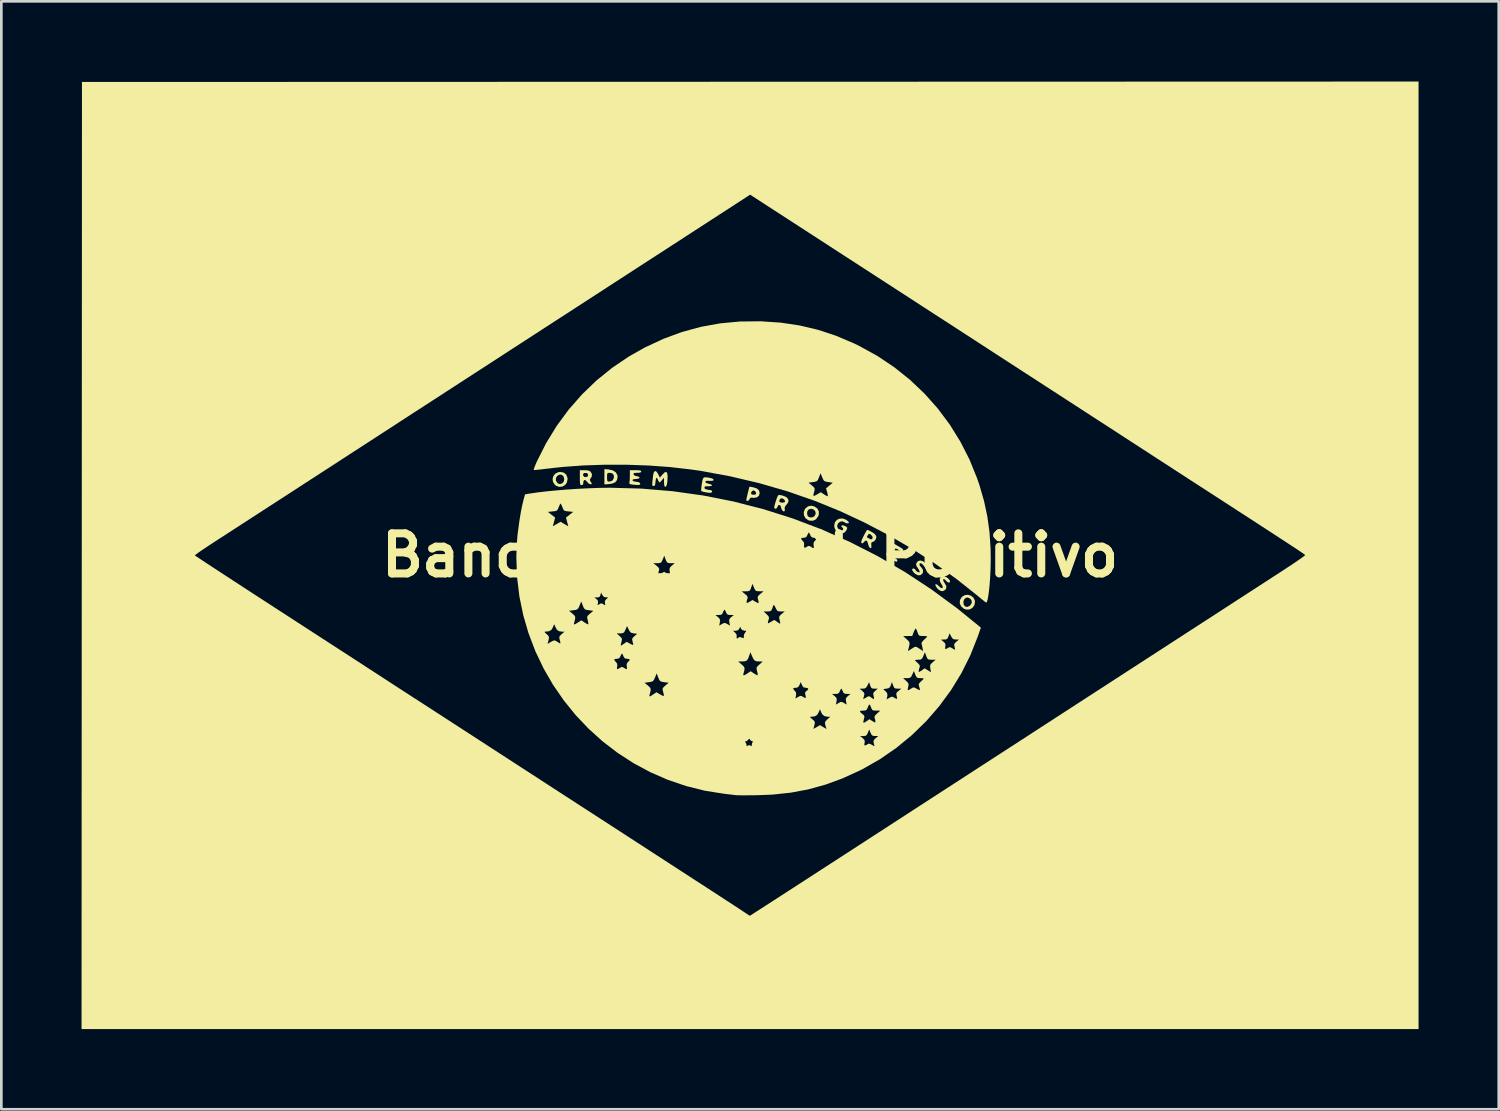
<source format=kicad_pcb>
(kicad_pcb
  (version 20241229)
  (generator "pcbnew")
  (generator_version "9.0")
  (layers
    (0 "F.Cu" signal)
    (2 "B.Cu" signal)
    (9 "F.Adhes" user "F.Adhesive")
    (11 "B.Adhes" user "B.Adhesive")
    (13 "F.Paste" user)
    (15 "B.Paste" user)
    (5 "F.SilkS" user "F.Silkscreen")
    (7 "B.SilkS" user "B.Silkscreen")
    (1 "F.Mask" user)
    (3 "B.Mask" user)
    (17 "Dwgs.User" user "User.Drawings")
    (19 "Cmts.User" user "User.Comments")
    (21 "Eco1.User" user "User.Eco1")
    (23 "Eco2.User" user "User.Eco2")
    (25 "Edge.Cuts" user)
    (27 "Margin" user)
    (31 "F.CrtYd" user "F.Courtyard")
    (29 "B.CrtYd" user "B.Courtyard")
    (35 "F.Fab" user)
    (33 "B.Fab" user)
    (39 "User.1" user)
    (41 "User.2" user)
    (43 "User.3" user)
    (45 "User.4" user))
  (footprint "Bandeira_Brasil_Positivo"
    (layer "F.Cu")
    (at 25.006 17.721)
    (property "Reference" "Bandeira_Brasil_Positivo" (at 0 0 0) (layer "F.SilkS") (effects (font (size 1.5 1.5) (thickness 0.3))))
    (attr board_only exclude_from_pos_files exclude_from_bom)
    (fp_poly (pts (xy -5.282 -3.209) (xy -5.126 -3.172) (xy -5.017 -3.099) (xy -4.962 -2.994) (xy -4.955 -2.935) (xy -4.977 -2.812) (xy -5.047 -2.727) (xy -5.168 -2.679) (xy -5.262 -2.665) (xy -5.448 -2.65) (xy -5.448 -2.921) (xy -5.349 -2.921) (xy -5.346 -2.823) (xy -5.333 -2.775) (xy -5.3 -2.758) (xy -5.269 -2.757) (xy -5.185 -2.777) (xy -5.138 -2.808) (xy -5.094 -2.889) (xy -5.093 -2.981) (xy -5.126 -3.045) (xy -5.186 -3.075) (xy -5.257 -3.085) (xy -5.312 -3.081) (xy -5.339 -3.057) (xy -5.348 -2.997) (xy -5.349 -2.921) (xy -5.448 -2.921) (xy -5.448 -2.937) (xy -5.448 -3.224)) (stroke (width 0) (type solid)) (fill yes) (layer "F.SilkS"))
    (fp_poly (pts (xy 8.258 1.508) (xy 8.35 1.578) (xy 8.405 1.681) (xy 8.414 1.751) (xy 8.386 1.878) (xy 8.312 1.973) (xy 8.206 2.027) (xy 8.084 2.03) (xy 7.991 1.995) (xy 7.892 1.906) (xy 7.845 1.794) (xy 7.848 1.738) (xy 7.98 1.738) (xy 7.992 1.846) (xy 8.044 1.913) (xy 8.121 1.932) (xy 8.21 1.895) (xy 8.237 1.871) (xy 8.295 1.78) (xy 8.287 1.69) (xy 8.236 1.624) (xy 8.15 1.58) (xy 8.067 1.593) (xy 8.005 1.656) (xy 7.98 1.738) (xy 7.848 1.738) (xy 7.852 1.674) (xy 7.917 1.564) (xy 7.924 1.557) (xy 8.029 1.491) (xy 8.146 1.477)) (stroke (width 0) (type solid)) (fill yes) (layer "F.SilkS"))
    (fp_poly (pts (xy 0.111 -2.545) (xy 0.251 -2.502) (xy 0.335 -2.427) (xy 0.361 -2.327) (xy 0.333 -2.23) (xy 0.258 -2.167) (xy 0.15 -2.148) (xy 0.111 -2.152) (xy 0.034 -2.159) (xy -0.003 -2.132) (xy -0.015 -2.103) (xy -0.057 -2.048) (xy -0.097 -2.035) (xy -0.125 -2.038) (xy -0.138 -2.057) (xy -0.135 -2.105) (xy -0.116 -2.193) (xy -0.09 -2.301) (xy -0.086 -2.317) (xy 0.034 -2.317) (xy 0.064 -2.275) (xy 0.134 -2.264) (xy 0.203 -2.272) (xy 0.226 -2.303) (xy 0.224 -2.338) (xy 0.191 -2.399) (xy 0.133 -2.425) (xy 0.076 -2.407) (xy 0.062 -2.391) (xy 0.034 -2.317) (xy -0.086 -2.317) (xy -0.023 -2.567)) (stroke (width 0) (type solid)) (fill yes) (layer "F.SilkS"))
    (fp_poly (pts (xy 2.406 -1.826) (xy 2.517 -1.75) (xy 2.573 -1.643) (xy 2.571 -1.518) (xy 2.548 -1.457) (xy 2.465 -1.346) (xy 2.352 -1.292) (xy 2.22 -1.298) (xy 2.178 -1.312) (xy 2.076 -1.385) (xy 2.018 -1.491) (xy 2.012 -1.575) (xy 2.133 -1.575) (xy 2.147 -1.495) (xy 2.172 -1.45) (xy 2.249 -1.415) (xy 2.341 -1.422) (xy 2.41 -1.463) (xy 2.454 -1.545) (xy 2.447 -1.631) (xy 2.395 -1.702) (xy 2.307 -1.738) (xy 2.285 -1.739) (xy 2.192 -1.713) (xy 2.141 -1.639) (xy 2.133 -1.575) (xy 2.012 -1.575) (xy 2.009 -1.612) (xy 2.054 -1.73) (xy 2.067 -1.748) (xy 2.169 -1.832) (xy 2.292 -1.854)) (stroke (width 0) (type solid)) (fill yes) (layer "F.SilkS"))
    (fp_poly (pts (xy -6.964 -3.091) (xy -6.873 -3.014) (xy -6.829 -2.894) (xy -6.826 -2.843) (xy -6.853 -2.717) (xy -6.925 -2.624) (xy -7.026 -2.569) (xy -7.14 -2.559) (xy -7.254 -2.6) (xy -7.303 -2.64) (xy -7.372 -2.748) (xy -7.38 -2.81) (xy -7.264 -2.81) (xy -7.255 -2.781) (xy -7.196 -2.692) (xy -7.114 -2.662) (xy -7.02 -2.694) (xy -7.009 -2.702) (xy -6.962 -2.772) (xy -6.951 -2.866) (xy -6.979 -2.955) (xy -6.99 -2.97) (xy -7.062 -3.017) (xy -7.14 -3.013) (xy -7.211 -2.97) (xy -7.257 -2.899) (xy -7.264 -2.81) (xy -7.38 -2.81) (xy -7.386 -2.864) (xy -7.352 -2.973) (xy -7.275 -3.06) (xy -7.163 -3.111) (xy -7.096 -3.118)) (stroke (width 0) (type solid)) (fill yes) (layer "F.SilkS"))
    (fp_poly (pts (xy 3.589 -1.331) (xy 3.633 -1.299) (xy 3.689 -1.245) (xy 3.699 -1.216) (xy 3.667 -1.196) (xy 3.666 -1.196) (xy 3.592 -1.2) (xy 3.544 -1.231) (xy 3.461 -1.27) (xy 3.375 -1.258) (xy 3.302 -1.208) (xy 3.262 -1.129) (xy 3.266 -1.047) (xy 3.308 -0.983) (xy 3.373 -0.94) (xy 3.438 -0.928) (xy 3.479 -0.952) (xy 3.481 -1.007) (xy 3.455 -1.035) (xy 3.415 -1.082) (xy 3.426 -1.114) (xy 3.477 -1.121) (xy 3.546 -1.098) (xy 3.614 -1.06) (xy 3.637 -1.026) (xy 3.62 -0.972) (xy 3.593 -0.917) (xy 3.522 -0.841) (xy 3.419 -0.821) (xy 3.292 -0.853) (xy 3.204 -0.923) (xy 3.157 -1.04) (xy 3.15 -1.124) (xy 3.178 -1.241) (xy 3.25 -1.326) (xy 3.353 -1.372) (xy 3.471 -1.376)) (stroke (width 0) (type solid)) (fill yes) (layer "F.SilkS"))
    (fp_poly (pts (xy 7.331 0.81) (xy 7.41 0.864) (xy 7.467 0.931) (xy 7.482 0.976) (xy 7.461 1.019) (xy 7.412 1.019) (xy 7.353 0.977) (xy 7.341 0.963) (xy 7.288 0.908) (xy 7.25 0.886) (xy 7.222 0.909) (xy 7.234 0.967) (xy 7.283 1.047) (xy 7.285 1.05) (xy 7.342 1.153) (xy 7.337 1.241) (xy 7.299 1.294) (xy 7.212 1.342) (xy 7.116 1.329) (xy 7.02 1.257) (xy 7.009 1.245) (xy 6.945 1.152) (xy 6.93 1.094) (xy 6.956 1.078) (xy 7.016 1.111) (xy 7.079 1.169) (xy 7.141 1.224) (xy 7.184 1.227) (xy 7.196 1.219) (xy 7.21 1.176) (xy 7.179 1.11) (xy 7.16 1.085) (xy 7.101 0.973) (xy 7.096 0.88) (xy 7.142 0.815) (xy 7.238 0.788) (xy 7.253 0.788)) (stroke (width 0) (type solid)) (fill yes) (layer "F.SilkS"))
    (fp_poly (pts (xy 6.475 0.225) (xy 6.548 0.283) (xy 6.601 0.359) (xy 6.603 0.409) (xy 6.553 0.427) (xy 6.506 0.402) (xy 6.472 0.361) (xy 6.422 0.311) (xy 6.37 0.297) (xy 6.337 0.321) (xy 6.334 0.339) (xy 6.356 0.394) (xy 6.396 0.44) (xy 6.465 0.534) (xy 6.47 0.631) (xy 6.443 0.687) (xy 6.369 0.745) (xy 6.276 0.747) (xy 6.175 0.692) (xy 6.134 0.653) (xy 6.071 0.57) (xy 6.062 0.515) (xy 6.107 0.493) (xy 6.119 0.492) (xy 6.168 0.519) (xy 6.181 0.539) (xy 6.218 0.589) (xy 6.276 0.626) (xy 6.328 0.639) (xy 6.346 0.629) (xy 6.339 0.589) (xy 6.302 0.517) (xy 6.278 0.481) (xy 6.225 0.399) (xy 6.211 0.341) (xy 6.228 0.28) (xy 6.229 0.279) (xy 6.29 0.213) (xy 6.377 0.195)) (stroke (width 0) (type solid)) (fill yes) (layer "F.SilkS"))
    (fp_poly (pts (xy -4.163 -3.18) (xy -4.096 -3.168) (xy -4.071 -3.145) (xy -4.069 -3.134) (xy -4.088 -3.102) (xy -4.153 -3.087) (xy -4.219 -3.085) (xy -4.312 -3.081) (xy -4.353 -3.065) (xy -4.359 -3.03) (xy -4.359 -3.027) (xy -4.317 -2.978) (xy -4.241 -2.96) (xy -4.157 -2.938) (xy -4.13 -2.906) (xy -4.159 -2.874) (xy -4.239 -2.856) (xy -4.266 -2.855) (xy -4.359 -2.846) (xy -4.396 -2.818) (xy -4.397 -2.808) (xy -4.369 -2.772) (xy -4.28 -2.752) (xy -4.258 -2.75) (xy -4.16 -2.734) (xy -4.115 -2.701) (xy -4.108 -2.683) (xy -4.113 -2.65) (xy -4.15 -2.633) (xy -4.229 -2.63) (xy -4.36 -2.642) (xy -4.425 -2.649) (xy -4.499 -2.667) (xy -4.519 -2.699) (xy -4.515 -2.712) (xy -4.505 -2.77) (xy -4.498 -2.87) (xy -4.496 -2.973) (xy -4.496 -3.183) (xy -4.283 -3.183)) (stroke (width 0) (type solid)) (fill yes) (layer "F.SilkS"))
    (fp_poly (pts (xy -6.066 -3.175) (xy -5.988 -3.146) (xy -5.961 -3.123) (xy -5.912 -3.029) (xy -5.926 -2.932) (xy -5.959 -2.885) (xy -5.991 -2.839) (xy -5.985 -2.794) (xy -5.955 -2.743) (xy -5.92 -2.684) (xy -5.924 -2.662) (xy -5.968 -2.658) (xy -6.035 -2.684) (xy -6.09 -2.74) (xy -6.152 -2.808) (xy -6.202 -2.817) (xy -6.231 -2.769) (xy -6.235 -2.724) (xy -6.245 -2.652) (xy -6.284 -2.626) (xy -6.301 -2.625) (xy -6.333 -2.631) (xy -6.352 -2.655) (xy -6.362 -2.711) (xy -6.366 -2.811) (xy -6.366 -2.904) (xy -6.366 -3.038) (xy -6.246 -3.038) (xy -6.245 -2.987) (xy -6.206 -2.936) (xy -6.144 -2.922) (xy -6.085 -2.943) (xy -6.055 -2.995) (xy -6.055 -3.002) (xy -6.081 -3.062) (xy -6.114 -3.079) (xy -6.203 -3.078) (xy -6.246 -3.038) (xy -6.366 -3.038) (xy -6.366 -3.183) (xy -6.191 -3.183)) (stroke (width 0) (type solid)) (fill yes) (layer "F.SilkS"))
    (fp_poly (pts (xy -3.499 -3.129) (xy -3.439 -3.042) (xy -3.432 -3.027) (xy -3.373 -2.904) (xy -3.284 -3.011) (xy -3.2 -3.096) (xy -3.14 -3.12) (xy -3.102 -3.082) (xy -3.086 -2.982) (xy -3.085 -2.941) (xy -3.092 -2.766) (xy -3.112 -2.641) (xy -3.145 -2.572) (xy -3.171 -2.56) (xy -3.2 -2.582) (xy -3.214 -2.655) (xy -3.217 -2.732) (xy -3.218 -2.904) (xy -3.292 -2.814) (xy -3.346 -2.754) (xy -3.383 -2.724) (xy -3.386 -2.724) (xy -3.41 -2.751) (xy -3.443 -2.817) (xy -3.448 -2.827) (xy -3.478 -2.892) (xy -3.498 -2.901) (xy -3.515 -2.868) (xy -3.533 -2.791) (xy -3.542 -2.699) (xy -3.553 -2.623) (xy -3.588 -2.594) (xy -3.607 -2.593) (xy -3.634 -2.595) (xy -3.651 -2.608) (xy -3.658 -2.643) (xy -3.656 -2.71) (xy -3.645 -2.82) (xy -3.626 -2.984) (xy -3.623 -3.011) (xy -3.596 -3.112) (xy -3.553 -3.152)) (stroke (width 0) (type solid)) (fill yes) (layer "F.SilkS"))
    (fp_poly (pts (xy 5.54 -0.342) (xy 5.646 -0.28) (xy 5.705 -0.24) (xy 5.727 -0.211) (xy 5.722 -0.184) (xy 5.714 -0.17) (xy 5.684 -0.15) (xy 5.63 -0.165) (xy 5.564 -0.2) (xy 5.484 -0.243) (xy 5.439 -0.25) (xy 5.413 -0.227) (xy 5.411 -0.184) (xy 5.464 -0.134) (xy 5.496 -0.113) (xy 5.571 -0.055) (xy 5.584 -0.009) (xy 5.581 -0.004) (xy 5.551 0.02) (xy 5.497 0.007) (xy 5.451 -0.015) (xy 5.358 -0.048) (xy 5.299 -0.038) (xy 5.283 0.002) (xy 5.31 0.035) (xy 5.377 0.078) (xy 5.398 0.089) (xy 5.48 0.141) (xy 5.514 0.194) (xy 5.494 0.236) (xy 5.489 0.239) (xy 5.448 0.232) (xy 5.374 0.198) (xy 5.333 0.174) (xy 5.243 0.121) (xy 5.173 0.08) (xy 5.156 0.069) (xy 5.14 0.044) (xy 5.15 -0.006) (xy 5.19 -0.09) (xy 5.249 -0.194) (xy 5.387 -0.43)) (stroke (width 0) (type solid)) (fill yes) (layer "F.SilkS"))
    (fp_poly (pts (xy -1.509 -2.896) (xy -1.493 -2.894) (xy -1.401 -2.866) (xy -1.362 -2.828) (xy -1.362 -2.823) (xy -1.379 -2.794) (xy -1.438 -2.783) (xy -1.518 -2.785) (xy -1.616 -2.786) (xy -1.664 -2.771) (xy -1.674 -2.746) (xy -1.642 -2.705) (xy -1.551 -2.676) (xy -1.541 -2.674) (xy -1.45 -2.648) (xy -1.422 -2.618) (xy -1.451 -2.593) (xy -1.536 -2.582) (xy -1.571 -2.582) (xy -1.659 -2.581) (xy -1.698 -2.563) (xy -1.706 -2.529) (xy -1.688 -2.486) (xy -1.624 -2.461) (xy -1.572 -2.452) (xy -1.469 -2.434) (xy -1.421 -2.412) (xy -1.418 -2.38) (xy -1.426 -2.365) (xy -1.454 -2.342) (xy -1.508 -2.336) (xy -1.602 -2.347) (xy -1.682 -2.361) (xy -1.767 -2.381) (xy -1.82 -2.401) (xy -1.824 -2.404) (xy -1.829 -2.443) (xy -1.822 -2.53) (xy -1.807 -2.647) (xy -1.803 -2.672) (xy -1.781 -2.803) (xy -1.755 -2.881) (xy -1.711 -2.915) (xy -1.634 -2.916)) (stroke (width 0) (type solid)) (fill yes) (layer "F.SilkS"))
    (fp_poly (pts (xy 1.184 -2.243) (xy 1.278 -2.213) (xy 1.361 -2.172) (xy 1.393 -2.146) (xy 1.44 -2.062) (xy 1.423 -1.969) (xy 1.36 -1.889) (xy 1.303 -1.818) (xy 1.294 -1.747) (xy 1.298 -1.726) (xy 1.299 -1.66) (xy 1.267 -1.638) (xy 1.222 -1.66) (xy 1.181 -1.725) (xy 1.181 -1.725) (xy 1.157 -1.797) (xy 1.149 -1.836) (xy 1.123 -1.87) (xy 1.1 -1.882) (xy 1.054 -1.872) (xy 1.03 -1.82) (xy 0.996 -1.758) (xy 0.946 -1.739) (xy 0.905 -1.768) (xy 0.906 -1.811) (xy 0.925 -1.895) (xy 0.956 -2) (xy 0.971 -2.048) (xy 1.093 -2.048) (xy 1.101 -1.999) (xy 1.145 -1.975) (xy 1.213 -1.969) (xy 1.279 -1.981) (xy 1.312 -2.007) (xy 1.313 -2.012) (xy 1.284 -2.08) (xy 1.218 -2.126) (xy 1.178 -2.133) (xy 1.122 -2.106) (xy 1.093 -2.048) (xy 0.971 -2.048) (xy 0.991 -2.107) (xy 1.026 -2.195) (xy 1.053 -2.245) (xy 1.101 -2.256)) (stroke (width 0) (type solid)) (fill yes) (layer "F.SilkS"))
    (fp_poly (pts (xy 4.431 -0.936) (xy 4.509 -0.897) (xy 4.593 -0.848) (xy 4.659 -0.802) (xy 4.668 -0.795) (xy 4.715 -0.725) (xy 4.726 -0.673) (xy 4.701 -0.595) (xy 4.642 -0.526) (xy 4.571 -0.493) (xy 4.564 -0.492) (xy 4.535 -0.466) (xy 4.534 -0.383) (xy 4.535 -0.377) (xy 4.54 -0.295) (xy 4.525 -0.266) (xy 4.482 -0.283) (xy 4.474 -0.288) (xy 4.444 -0.334) (xy 4.417 -0.416) (xy 4.413 -0.435) (xy 4.382 -0.526) (xy 4.338 -0.555) (xy 4.283 -0.519) (xy 4.262 -0.492) (xy 4.209 -0.448) (xy 4.173 -0.455) (xy 4.157 -0.482) (xy 4.165 -0.534) (xy 4.202 -0.624) (xy 4.227 -0.675) (xy 4.369 -0.675) (xy 4.42 -0.644) (xy 4.486 -0.61) (xy 4.535 -0.592) (xy 4.538 -0.592) (xy 4.57 -0.617) (xy 4.584 -0.645) (xy 4.576 -0.709) (xy 4.53 -0.761) (xy 4.474 -0.801) (xy 4.441 -0.797) (xy 4.406 -0.753) (xy 4.374 -0.699) (xy 4.369 -0.675) (xy 4.227 -0.675) (xy 4.247 -0.717) (xy 4.304 -0.827) (xy 4.351 -0.909) (xy 4.38 -0.95) (xy 4.383 -0.952)) (stroke (width 0) (type solid)) (fill yes) (layer "F.SilkS"))
    (fp_poly (pts (xy 0.405 -8.752) (xy 1.144 -8.703) (xy 1.854 -8.597) (xy 2.543 -8.434) (xy 3.22 -8.21) (xy 3.893 -7.924) (xy 4.102 -7.822) (xy 4.771 -7.452) (xy 5.4 -7.03) (xy 5.987 -6.56) (xy 6.529 -6.045) (xy 7.025 -5.487) (xy 7.472 -4.888) (xy 7.867 -4.252) (xy 8.209 -3.581) (xy 8.494 -2.878) (xy 8.582 -2.621) (xy 8.751 -2.036) (xy 8.875 -1.46) (xy 8.956 -0.876) (xy 8.997 -0.266) (xy 9.003 0.115) (xy 9 0.375) (xy 8.991 0.635) (xy 8.977 0.887) (xy 8.959 1.122) (xy 8.937 1.333) (xy 8.913 1.512) (xy 8.888 1.649) (xy 8.861 1.738) (xy 8.835 1.77) (xy 8.834 1.77) (xy 8.801 1.749) (xy 8.73 1.693) (xy 8.629 1.612) (xy 8.509 1.512) (xy 8.499 1.504) (xy 7.741 0.9) (xy 6.929 0.318) (xy 6.073 -0.235) (xy 5.185 -0.752) (xy 4.273 -1.229) (xy 3.348 -1.66) (xy 2.43 -2.034) (xy 1.407 -2.39) (xy 0.348 -2.697) (xy 0.267 -2.716) (xy 2.188 -2.716) (xy 2.312 -2.612) (xy 2.385 -2.547) (xy 2.416 -2.499) (xy 2.415 -2.442) (xy 2.399 -2.378) (xy 2.372 -2.273) (xy 2.372 -2.224) (xy 2.406 -2.223) (xy 2.481 -2.262) (xy 2.505 -2.276) (xy 2.648 -2.359) (xy 2.77 -2.276) (xy 2.847 -2.23) (xy 2.899 -2.208) (xy 2.909 -2.209) (xy 2.91 -2.247) (xy 2.894 -2.325) (xy 2.884 -2.364) (xy 2.842 -2.503) (xy 2.969 -2.61) (xy 3.095 -2.716) (xy 2.929 -2.739) (xy 2.829 -2.756) (xy 2.771 -2.785) (xy 2.731 -2.843) (xy 2.7 -2.915) (xy 2.637 -3.068) (xy 2.578 -2.915) (xy 2.54 -2.824) (xy 2.5 -2.775) (xy 2.435 -2.752) (xy 2.354 -2.739) (xy 2.188 -2.716) (xy 0.267 -2.716) (xy -0.732 -2.952) (xy -1.823 -3.153) (xy -2.232 -3.213) (xy -2.99 -3.3) (xy -3.788 -3.358) (xy -4.607 -3.387) (xy -5.432 -3.388) (xy -6.247 -3.36) (xy -7.033 -3.303) (xy -7.69 -3.229) (xy -7.841 -3.21) (xy -7.968 -3.197) (xy -8.057 -3.191) (xy -8.093 -3.193) (xy -8.087 -3.227) (xy -8.059 -3.308) (xy -8.013 -3.42) (xy -7.978 -3.499) (xy -7.632 -4.187) (xy -7.234 -4.837) (xy -6.786 -5.446) (xy -6.29 -6.013) (xy -5.748 -6.535) (xy -5.162 -7.01) (xy -4.534 -7.435) (xy -3.934 -7.774) (xy -3.246 -8.095) (xy -2.549 -8.352) (xy -1.84 -8.545) (xy -1.114 -8.676) (xy -0.37 -8.745) (xy 0.398 -8.753)) (stroke (width 0) (type solid)) (fill yes) (layer "F.SilkS"))
    (fp_poly (pts (xy 25.006 -0.000022) (xy 25.006 17.721) (xy -0.00003 17.721) (xy -25.006 17.721) (xy -24.998 0.008) (xy -24.998 0.003) (xy -20.766 0.003) (xy -20.738 0.024) (xy -20.658 0.078) (xy -20.53 0.164) (xy -20.357 0.278) (xy -20.142 0.419) (xy -19.89 0.584) (xy -19.603 0.771) (xy -19.285 0.979) (xy -18.94 1.204) (xy -18.571 1.444) (xy -18.18 1.698) (xy -17.773 1.962) (xy -17.557 2.102) (xy -17.138 2.373) (xy -16.733 2.636) (xy -16.344 2.888) (xy -15.976 3.126) (xy -15.632 3.349) (xy -15.316 3.554) (xy -15.031 3.738) (xy -14.782 3.9) (xy -14.571 4.036) (xy -14.403 4.145) (xy -14.281 4.225) (xy -14.209 4.272) (xy -14.193 4.282) (xy -14.112 4.334) (xy -13.989 4.414) (xy -13.835 4.514) (xy -13.663 4.626) (xy -13.504 4.73) (xy -13.313 4.855) (xy -13.115 4.983) (xy -12.928 5.104) (xy -12.767 5.208) (xy -12.675 5.268) (xy -12.519 5.368) (xy -12.363 5.469) (xy -12.203 5.572) (xy -12.033 5.682) (xy -11.847 5.802) (xy -11.641 5.936) (xy -11.41 6.085) (xy -11.149 6.255) (xy -10.852 6.447) (xy -10.514 6.666) (xy -10.13 6.915) (xy -9.779 7.143) (xy -9.421 7.375) (xy -9.018 7.636) (xy -8.583 7.919) (xy -8.125 8.215) (xy -7.657 8.519) (xy -7.19 8.822) (xy -6.734 9.117) (xy -6.301 9.398) (xy -5.901 9.657) (xy -5.891 9.663) (xy -5.547 9.886) (xy -5.212 10.103) (xy -4.89 10.312) (xy -4.586 10.509) (xy -4.307 10.69) (xy -4.057 10.852) (xy -3.841 10.992) (xy -3.665 11.106) (xy -3.535 11.191) (xy -3.462 11.238) (xy -3.355 11.307) (xy -3.202 11.407) (xy -3.009 11.532) (xy -2.786 11.677) (xy -2.539 11.837) (xy -2.278 12.006) (xy -2.011 12.18) (xy -1.903 12.249) (xy -1.636 12.422) (xy -1.373 12.593) (xy -1.122 12.756) (xy -0.891 12.907) (xy -0.688 13.039) (xy -0.52 13.148) (xy -0.397 13.229) (xy -0.361 13.253) (xy -0.23 13.34) (xy -0.121 13.412) (xy -0.044 13.463) (xy -0.009 13.484) (xy -0.009 13.485) (xy 0.019 13.468) (xy 0.099 13.417) (xy 0.226 13.335) (xy 0.398 13.225) (xy 0.611 13.088) (xy 0.861 12.926) (xy 1.145 12.743) (xy 1.459 12.54) (xy 1.8 12.319) (xy 2.164 12.084) (xy 2.547 11.835) (xy 2.947 11.576) (xy 2.994 11.546) (xy 3.772 11.042) (xy 4.496 10.572) (xy 5.168 10.137) (xy 5.789 9.734) (xy 6.362 9.362) (xy 6.887 9.022) (xy 7.367 8.711) (xy 7.802 8.429) (xy 8.194 8.175) (xy 8.545 7.947) (xy 8.857 7.746) (xy 9.13 7.569) (xy 9.367 7.415) (xy 9.568 7.285) (xy 9.714 7.191) (xy 9.919 7.058) (xy 10.126 6.924) (xy 10.321 6.798) (xy 10.493 6.686) (xy 10.626 6.6) (xy 10.656 6.58) (xy 10.773 6.504) (xy 10.894 6.425) (xy 11.025 6.34) (xy 11.171 6.246) (xy 11.336 6.139) (xy 11.525 6.016) (xy 11.742 5.875) (xy 11.993 5.713) (xy 12.281 5.526) (xy 12.612 5.312) (xy 12.99 5.067) (xy 13.291 4.872) (xy 13.624 4.656) (xy 14 4.412) (xy 14.408 4.148) (xy 14.834 3.872) (xy 15.268 3.591) (xy 15.697 3.313) (xy 16.109 3.046) (xy 16.493 2.797) (xy 16.622 2.714) (xy 16.939 2.508) (xy 17.249 2.308) (xy 17.544 2.116) (xy 17.819 1.938) (xy 18.069 1.776) (xy 18.287 1.634) (xy 18.469 1.517) (xy 18.607 1.427) (xy 18.697 1.369) (xy 18.705 1.364) (xy 18.813 1.294) (xy 18.966 1.195) (xy 19.153 1.073) (xy 19.366 0.935) (xy 19.594 0.788) (xy 19.827 0.637) (xy 19.896 0.592) (xy 20.109 0.452) (xy 20.304 0.323) (xy 20.472 0.209) (xy 20.608 0.114) (xy 20.705 0.043) (xy 20.757 0.001) (xy 20.764 -0.009) (xy 20.758 -0.017) (xy 20.738 -0.032) (xy 20.704 -0.057) (xy 20.652 -0.093) (xy 20.581 -0.142) (xy 20.487 -0.205) (xy 20.368 -0.283) (xy 20.222 -0.38) (xy 20.045 -0.495) (xy 19.837 -0.631) (xy 19.593 -0.79) (xy 19.312 -0.973) (xy 18.991 -1.181) (xy 18.628 -1.417) (xy 18.219 -1.682) (xy 17.763 -1.977) (xy 17.257 -2.305) (xy 16.699 -2.666) (xy 16.662 -2.69) (xy 16.39 -2.866) (xy 16.117 -3.043) (xy 15.851 -3.215) (xy 15.603 -3.377) (xy 15.38 -3.521) (xy 15.192 -3.643) (xy 15.047 -3.737) (xy 15.014 -3.759) (xy 14.894 -3.837) (xy 14.727 -3.945) (xy 14.52 -4.08) (xy 14.28 -4.235) (xy 14.015 -4.407) (xy 13.732 -4.591) (xy 13.438 -4.782) (xy 13.141 -4.974) (xy 13.094 -5.004) (xy 12.535 -5.366) (xy 11.945 -5.749) (xy 11.335 -6.144) (xy 10.719 -6.543) (xy 10.111 -6.937) (xy 9.524 -7.318) (xy 8.97 -7.677) (xy 8.664 -7.876) (xy 8.334 -8.09) (xy 7.996 -8.309) (xy 7.648 -8.535) (xy 7.285 -8.77) (xy 6.905 -9.016) (xy 6.505 -9.275) (xy 6.082 -9.55) (xy 5.631 -9.842) (xy 5.151 -10.153) (xy 4.637 -10.486) (xy 4.087 -10.842) (xy 3.497 -11.224) (xy 2.865 -11.634) (xy 2.187 -12.074) (xy 1.46 -12.545) (xy 0.781 -12.985) (xy 0.003 -13.489) (xy -0.499 -13.163) (xy -0.682 -13.044) (xy -0.902 -12.901) (xy -1.144 -12.745) (xy -1.389 -12.586) (xy -1.621 -12.435) (xy -1.674 -12.401) (xy -1.843 -12.292) (xy -2.062 -12.15) (xy -2.327 -11.978) (xy -2.632 -11.78) (xy -2.974 -11.559) (xy -3.347 -11.317) (xy -3.746 -11.059) (xy -4.167 -10.786) (xy -4.605 -10.502) (xy -5.055 -10.211) (xy -5.512 -9.914) (xy -5.972 -9.616) (xy -6.43 -9.319) (xy -6.88 -9.027) (xy -7.32 -8.743) (xy -7.742 -8.469) (xy -8.144 -8.209) (xy -8.519 -7.965) (xy -8.864 -7.742) (xy -9.173 -7.542) (xy -9.441 -7.367) (xy -9.648 -7.233) (xy -9.998 -7.006) (xy -10.305 -6.807) (xy -10.579 -6.63) (xy -10.832 -6.466) (xy -11.075 -6.308) (xy -11.319 -6.15) (xy -11.575 -5.984) (xy -11.856 -5.802) (xy -12.171 -5.598) (xy -12.386 -5.458) (xy -12.566 -5.342) (xy -12.773 -5.208) (xy -12.979 -5.074) (xy -13.127 -4.978) (xy -13.248 -4.899) (xy -13.42 -4.787) (xy -13.638 -4.646) (xy -13.895 -4.479) (xy -14.189 -4.289) (xy -14.513 -4.079) (xy -14.863 -3.852) (xy -15.234 -3.611) (xy -15.622 -3.36) (xy -16.02 -3.102) (xy -16.425 -2.839) (xy -16.832 -2.576) (xy -17.236 -2.314) (xy -17.631 -2.058) (xy -18.013 -1.811) (xy -18.377 -1.575) (xy -18.719 -1.353) (xy -19.033 -1.15) (xy -19.314 -0.968) (xy -19.558 -0.81) (xy -19.76 -0.679) (xy -19.915 -0.579) (xy -19.962 -0.549) (xy -20.167 -0.415) (xy -20.353 -0.292) (xy -20.512 -0.185) (xy -20.638 -0.097) (xy -20.724 -0.034) (xy -20.764 -0.001) (xy -20.766 0.003) (xy -24.998 0.003) (xy -24.99 -17.705) (xy 0.008 -17.713) (xy 25.006 -17.721)) (stroke (width 0) (type solid)) (fill yes) (layer "F.SilkS"))
    (fp_poly (pts (xy -4.057 -2.494) (xy -2.898 -2.397) (xy -1.751 -2.236) (xy -0.618 -2.012) (xy 0.499 -1.726) (xy 1.599 -1.377) (xy 2.68 -0.967) (xy 3.74 -0.496) (xy 4.779 0.034) (xy 5.793 0.625) (xy 6.782 1.274) (xy 7.745 1.982) (xy 8.526 2.616) (xy 8.634 2.708) (xy 8.516 3.046) (xy 8.24 3.742) (xy 7.906 4.409) (xy 7.517 5.045) (xy 7.076 5.645) (xy 6.588 6.207) (xy 6.053 6.727) (xy 5.477 7.201) (xy 4.861 7.626) (xy 4.21 7.998) (xy 4.098 8.054) (xy 3.457 8.346) (xy 2.821 8.579) (xy 2.18 8.756) (xy 1.524 8.879) (xy 0.84 8.952) (xy 0.295 8.974) (xy 0.079 8.977) (xy -0.121 8.978) (xy -0.294 8.978) (xy -0.428 8.977) (xy -0.512 8.974) (xy -0.525 8.973) (xy -0.609 8.963) (xy -0.736 8.948) (xy -0.885 8.931) (xy -0.952 8.923) (xy -1.682 8.808) (xy -2.389 8.632) (xy -3.073 8.4) (xy -3.729 8.114) (xy -4.356 7.777) (xy -4.952 7.392) (xy -5.507 6.966) (xy -0.191 6.966) (xy -0.171 6.996) (xy -0.137 7.062) (xy -0.131 7.099) (xy -0.123 7.142) (xy -0.089 7.127) (xy -0.082 7.121) (xy -0.03 7.097) (xy 0.016 7.121) (xy 0.052 7.141) (xy 0.065 7.11) (xy 0.066 7.079) (xy 0.08 7.01) (xy 0.107 6.979) (xy 0.119 6.964) (xy 0.092 6.96) (xy 0.03 6.932) (xy 0.002 6.9) (xy -0.028 6.86) (xy -0.053 6.878) (xy -0.067 6.9) (xy -0.12 6.947) (xy -0.156 6.957) (xy -0.191 6.966) (xy -5.507 6.966) (xy -5.513 6.961) (xy -5.734 6.763) (xy 4.118 6.763) (xy 4.212 6.839) (xy 4.275 6.901) (xy 4.292 6.962) (xy 4.283 7.019) (xy 4.275 7.095) (xy 4.3 7.118) (xy 4.364 7.088) (xy 4.385 7.074) (xy 4.439 7.046) (xy 4.491 7.054) (xy 4.548 7.086) (xy 4.614 7.124) (xy 4.65 7.139) (xy 4.651 7.139) (xy 4.648 7.107) (xy 4.631 7.038) (xy 4.629 7.03) (xy 4.616 6.956) (xy 4.636 6.903) (xy 4.698 6.843) (xy 4.796 6.76) (xy 4.677 6.76) (xy 4.597 6.753) (xy 4.549 6.719) (xy 4.508 6.641) (xy 4.507 6.637) (xy 4.456 6.515) (xy 4.407 6.637) (xy 4.368 6.718) (xy 4.321 6.753) (xy 4.241 6.761) (xy 4.238 6.761) (xy 4.118 6.763) (xy -5.734 6.763) (xy -6.038 6.488) (xy -6.449 6.056) (xy 2.246 6.056) (xy 2.285 6.094) (xy 2.328 6.131) (xy 2.397 6.192) (xy 2.423 6.243) (xy 2.417 6.311) (xy 2.405 6.359) (xy 2.37 6.495) (xy 2.493 6.425) (xy 2.616 6.354) (xy 2.738 6.426) (xy 2.86 6.498) (xy 2.838 6.424) (xy 2.813 6.337) (xy 2.8 6.289) (xy 2.813 6.223) (xy 2.886 6.141) (xy 2.893 6.135) (xy 3.003 6.041) (xy 2.91 6.04) (xy 2.784 6.016) (xy 2.698 5.945) (xy 2.658 5.867) (xy 2.647 5.839) (xy 4.108 5.839) (xy 4.139 5.884) (xy 4.198 5.933) (xy 4.261 5.987) (xy 4.279 6.039) (xy 4.264 6.111) (xy 4.238 6.215) (xy 4.24 6.262) (xy 4.278 6.258) (xy 4.356 6.208) (xy 4.368 6.2) (xy 4.464 6.132) (xy 4.578 6.203) (xy 4.651 6.245) (xy 4.683 6.253) (xy 4.691 6.227) (xy 4.69 6.213) (xy 4.676 6.132) (xy 4.661 6.087) (xy 4.655 6.037) (xy 4.687 5.981) (xy 4.754 5.916) (xy 4.873 5.811) (xy 4.72 5.81) (xy 4.625 5.805) (xy 4.574 5.785) (xy 4.544 5.736) (xy 4.529 5.694) (xy 4.498 5.619) (xy 4.471 5.58) (xy 4.467 5.579) (xy 4.442 5.606) (xy 4.409 5.675) (xy 4.402 5.694) (xy 4.368 5.769) (xy 4.322 5.801) (xy 4.239 5.809) (xy 4.231 5.809) (xy 4.139 5.816) (xy 4.108 5.839) (xy 2.647 5.839) (xy 2.617 5.759) (xy 2.564 5.881) (xy 2.506 5.975) (xy 2.424 6.023) (xy 2.301 6.038) (xy 2.298 6.038) (xy 2.251 6.04) (xy 2.246 6.056) (xy -6.449 6.056) (xy -6.524 5.976) (xy -6.968 5.427) (xy -7.369 4.845) (xy -7.413 4.768) (xy -3.946 4.768) (xy -3.822 4.872) (xy -3.756 4.932) (xy -3.722 4.984) (xy -3.717 5.047) (xy -3.737 5.141) (xy -3.761 5.226) (xy -3.768 5.27) (xy -3.746 5.278) (xy -3.686 5.247) (xy -3.619 5.203) (xy -3.501 5.123) (xy -3.359 5.206) (xy -3.272 5.254) (xy -3.23 5.263) (xy -3.223 5.225) (xy -3.244 5.133) (xy -3.253 5.104) (xy -3.271 5.024) (xy -3.268 4.997) (xy 1.614 4.997) (xy 1.657 5.055) (xy 1.674 5.071) (xy 1.719 5.13) (xy 1.724 5.208) (xy 1.719 5.244) (xy 1.697 5.358) (xy 1.798 5.299) (xy 1.869 5.262) (xy 1.918 5.26) (xy 1.979 5.293) (xy 1.986 5.297) (xy 2.057 5.337) (xy 2.087 5.33) (xy 2.082 5.27) (xy 2.07 5.226) (xy 2.063 5.187) (xy 3.068 5.187) (xy 3.163 5.265) (xy 3.225 5.325) (xy 3.244 5.386) (xy 3.235 5.463) (xy 3.212 5.585) (xy 3.312 5.526) (xy 3.384 5.488) (xy 3.435 5.486) (xy 3.502 5.519) (xy 3.513 5.526) (xy 3.614 5.585) (xy 3.591 5.463) (xy 3.582 5.376) (xy 3.606 5.318) (xy 3.663 5.265) (xy 3.757 5.187) (xy 3.632 5.186) (xy 3.545 5.178) (xy 3.497 5.145) (xy 3.469 5.087) (xy 3.438 5.019) (xy 3.414 4.988) (xy 3.413 4.988) (xy 4.097 4.988) (xy 4.195 5.071) (xy 4.258 5.132) (xy 4.278 5.185) (xy 4.264 5.259) (xy 4.264 5.259) (xy 4.243 5.334) (xy 4.233 5.375) (xy 4.233 5.376) (xy 4.258 5.368) (xy 4.319 5.334) (xy 4.34 5.321) (xy 4.412 5.28) (xy 4.458 5.273) (xy 4.507 5.301) (xy 4.529 5.318) (xy 4.603 5.369) (xy 4.637 5.371) (xy 4.636 5.32) (xy 4.623 5.267) (xy 4.607 5.185) (xy 4.625 5.129) (xy 4.683 5.071) (xy 4.759 5.005) (xy 4.982 5.005) (xy 5.067 5.084) (xy 5.126 5.153) (xy 5.139 5.224) (xy 5.132 5.278) (xy 5.11 5.391) (xy 5.211 5.332) (xy 5.282 5.294) (xy 5.331 5.293) (xy 5.392 5.326) (xy 5.399 5.33) (xy 5.47 5.37) (xy 5.5 5.363) (xy 5.494 5.303) (xy 5.482 5.257) (xy 5.469 5.185) (xy 5.487 5.134) (xy 5.549 5.077) (xy 5.557 5.071) (xy 5.661 4.989) (xy 5.528 4.988) (xy 5.44 4.983) (xy 5.392 4.954) (xy 5.358 4.885) (xy 5.351 4.865) (xy 5.306 4.742) (xy 5.267 4.857) (xy 5.231 4.936) (xy 5.176 4.974) (xy 5.105 4.988) (xy 4.982 5.005) (xy 4.759 5.005) (xy 4.775 4.99) (xy 4.654 4.989) (xy 4.573 4.982) (xy 4.528 4.949) (xy 4.495 4.871) (xy 4.494 4.867) (xy 4.454 4.747) (xy 4.392 4.867) (xy 4.343 4.947) (xy 4.29 4.981) (xy 4.214 4.988) (xy 4.097 4.988) (xy 3.413 4.988) (xy 3.39 5.015) (xy 3.359 5.081) (xy 3.357 5.087) (xy 3.323 5.152) (xy 3.271 5.18) (xy 3.194 5.186) (xy 3.068 5.187) (xy 2.063 5.187) (xy 2.056 5.149) (xy 2.08 5.101) (xy 2.121 5.071) (xy 2.176 5.017) (xy 2.169 4.977) (xy 2.103 4.957) (xy 2.073 4.955) (xy 2.002 4.94) (xy 1.956 4.883) (xy 1.94 4.849) (xy 1.897 4.742) (xy 1.851 4.849) (xy 1.806 4.924) (xy 1.747 4.953) (xy 1.706 4.955) (xy 1.63 4.965) (xy 1.614 4.997) (xy -3.268 4.997) (xy -3.265 4.971) (xy -3.223 4.92) (xy -3.166 4.871) (xy -3.044 4.768) (xy -3.21 4.746) (xy -3.309 4.729) (xy -3.366 4.702) (xy -3.404 4.645) (xy -3.423 4.596) (xy 5.726 4.596) (xy 5.836 4.696) (xy 5.903 4.762) (xy 5.93 4.815) (xy 5.924 4.882) (xy 5.914 4.925) (xy 5.896 5.013) (xy 5.906 5.047) (xy 5.953 5.032) (xy 6.021 4.989) (xy 6.087 4.949) (xy 6.134 4.943) (xy 6.194 4.969) (xy 6.23 4.991) (xy 6.304 5.029) (xy 6.349 5.045) (xy 6.354 5.044) (xy 6.353 5.008) (xy 6.333 4.936) (xy 6.329 4.922) (xy 6.309 4.849) (xy 6.319 4.799) (xy 6.37 4.743) (xy 6.394 4.721) (xy 6.458 4.66) (xy 6.494 4.618) (xy 6.498 4.611) (xy 6.469 4.601) (xy 6.396 4.595) (xy 6.366 4.594) (xy 6.282 4.589) (xy 6.233 4.562) (xy 6.196 4.496) (xy 6.181 4.461) (xy 6.128 4.328) (xy 6.068 4.461) (xy 6.026 4.544) (xy 5.981 4.583) (xy 5.909 4.595) (xy 5.868 4.595) (xy 5.726 4.596) (xy -3.423 4.596) (xy -3.434 4.571) (xy -3.492 4.418) (xy -3.555 4.571) (xy -3.596 4.663) (xy -3.639 4.711) (xy -3.706 4.735) (xy -3.782 4.746) (xy -3.946 4.768) (xy -7.413 4.768) (xy -7.723 4.232) (xy -7.875 3.913) (xy -5.081 3.913) (xy -5.039 3.97) (xy -5.019 3.989) (xy -4.971 4.053) (xy -4.967 4.136) (xy -4.971 4.158) (xy -4.981 4.237) (xy -4.964 4.261) (xy -4.91 4.237) (xy -4.872 4.213) (xy -4.808 4.179) (xy -4.757 4.185) (xy -4.71 4.213) (xy -4.637 4.256) (xy -4.605 4.254) (xy -4.604 4.2) (xy -4.612 4.158) (xy -4.615 4.068) (xy -4.578 4.003) (xy -4.564 3.989) (xy -4.549 3.973) (xy -0.443 3.973) (xy -0.315 4.083) (xy -0.247 4.145) (xy -0.212 4.198) (xy -0.206 4.262) (xy -0.226 4.357) (xy -0.25 4.438) (xy -0.254 4.485) (xy -0.222 4.489) (xy -0.148 4.451) (xy -0.094 4.416) (xy 0.023 4.336) (xy 0.146 4.419) (xy 0.222 4.465) (xy 0.274 4.487) (xy 0.284 4.486) (xy 0.286 4.447) (xy 0.272 4.369) (xy 0.263 4.332) (xy 0.243 4.249) (xy 0.248 4.194) (xy 0.286 4.144) (xy 0.351 4.084) (xy 0.476 3.974) (xy 0.345 3.972) (xy 0.242 3.965) (xy 0.175 3.938) (xy 0.163 3.924) (xy 6.17 3.924) (xy 6.192 3.955) (xy 6.249 4.009) (xy 6.27 4.027) (xy 6.334 4.096) (xy 6.353 4.152) (xy 6.352 4.159) (xy 6.322 4.253) (xy 6.308 4.327) (xy 6.313 4.364) (xy 6.317 4.365) (xy 6.357 4.347) (xy 6.424 4.305) (xy 6.436 4.296) (xy 6.531 4.228) (xy 6.649 4.301) (xy 6.768 4.375) (xy 6.744 4.235) (xy 6.734 4.144) (xy 6.75 4.085) (xy 6.803 4.026) (xy 6.831 4.002) (xy 6.941 3.908) (xy 6.792 3.907) (xy 6.699 3.902) (xy 6.647 3.879) (xy 6.612 3.821) (xy 6.591 3.766) (xy 6.539 3.626) (xy 6.482 3.766) (xy 6.442 3.852) (xy 6.401 3.892) (xy 6.337 3.905) (xy 6.297 3.905) (xy 6.216 3.909) (xy 6.172 3.92) (xy 6.17 3.924) (xy 0.163 3.924) (xy 0.125 3.877) (xy 0.076 3.774) (xy 0.011 3.626) (xy -0.031 3.757) (xy -0.075 3.872) (xy -0.123 3.937) (xy -0.193 3.965) (xy -0.291 3.972) (xy -0.443 3.973) (xy -4.549 3.973) (xy -4.506 3.925) (xy -4.509 3.888) (xy -4.571 3.873) (xy -4.597 3.872) (xy -4.676 3.859) (xy -4.721 3.808) (xy -4.736 3.774) (xy -4.766 3.706) (xy -4.79 3.676) (xy -4.791 3.675) (xy -4.814 3.703) (xy -4.845 3.769) (xy -4.847 3.774) (xy -4.887 3.845) (xy -4.95 3.871) (xy -4.985 3.872) (xy -5.064 3.882) (xy -5.081 3.913) (xy -7.875 3.913) (xy -8.029 3.591) (xy -8.283 2.925) (xy -8.298 2.876) (xy -7.683 2.876) (xy -7.64 2.92) (xy -7.609 2.948) (xy -7.544 3.011) (xy -7.521 3.064) (xy -7.529 3.136) (xy -7.539 3.179) (xy -7.574 3.316) (xy -7.467 3.249) (xy -7.387 3.206) (xy -7.327 3.184) (xy -7.319 3.183) (xy -7.267 3.201) (xy -7.193 3.245) (xy -7.184 3.251) (xy -7.122 3.291) (xy -7.094 3.29) (xy -7.097 3.242) (xy -7.121 3.152) (xy -7.137 3.077) (xy -7.122 3.024) (xy -7.068 2.967) (xy -7.047 2.949) (xy -7.014 2.921) (xy -4.989 2.921) (xy -4.883 3.016) (xy -4.817 3.08) (xy -4.793 3.131) (xy -4.8 3.201) (xy -4.812 3.246) (xy -4.831 3.328) (xy -4.835 3.375) (xy -4.833 3.38) (xy -4.799 3.363) (xy -4.734 3.32) (xy -4.717 3.308) (xy -4.616 3.237) (xy -4.49 3.306) (xy -4.409 3.347) (xy -4.373 3.35) (xy -4.373 3.305) (xy -4.396 3.221) (xy -4.411 3.146) (xy -4.395 3.094) (xy -4.338 3.036) (xy -4.324 3.024) (xy -4.22 2.937) (xy -4.35 2.921) (xy -4.438 2.901) (xy -4.493 2.858) (xy -4.512 2.824) (xy -0.64 2.824) (xy -0.562 2.889) (xy -0.504 2.963) (xy -0.5 3.036) (xy -0.503 3.103) (xy -0.476 3.112) (xy -0.434 3.079) (xy -0.387 3.057) (xy -0.317 3.077) (xy -0.31 3.079) (xy -0.25 3.102) (xy -0.232 3.085) (xy -0.235 3.039) (xy -0.232 3.022) (xy 5.726 3.022) (xy 5.853 3.134) (xy 5.928 3.205) (xy 5.962 3.26) (xy 5.965 3.322) (xy 5.958 3.365) (xy 5.937 3.46) (xy 5.917 3.533) (xy 5.915 3.538) (xy 5.905 3.573) (xy 5.927 3.57) (xy 5.974 3.541) (xy 6.062 3.485) (xy 6.126 3.445) (xy 6.175 3.422) (xy 6.225 3.428) (xy 6.298 3.468) (xy 6.335 3.492) (xy 6.473 3.584) (xy 6.451 3.463) (xy 6.432 3.372) (xy 6.414 3.306) (xy 6.412 3.301) (xy 6.425 3.256) (xy 6.477 3.191) (xy 6.512 3.156) (xy 6.516 3.153) (xy 7.138 3.153) (xy 7.231 3.229) (xy 7.294 3.291) (xy 7.311 3.352) (xy 7.303 3.409) (xy 7.295 3.486) (xy 7.32 3.508) (xy 7.383 3.478) (xy 7.404 3.464) (xy 7.457 3.437) (xy 7.508 3.446) (xy 7.565 3.479) (xy 7.631 3.518) (xy 7.667 3.533) (xy 7.669 3.532) (xy 7.667 3.498) (xy 7.65 3.427) (xy 7.648 3.42) (xy 7.635 3.346) (xy 7.655 3.293) (xy 7.717 3.233) (xy 7.815 3.15) (xy 7.699 3.15) (xy 7.616 3.141) (xy 7.564 3.102) (xy 7.523 3.035) (xy 7.463 2.919) (xy 7.421 3.035) (xy 7.386 3.112) (xy 7.337 3.145) (xy 7.259 3.152) (xy 7.138 3.153) (xy 6.516 3.153) (xy 6.581 3.093) (xy 6.623 3.047) (xy 6.629 3.037) (xy 6.599 3.026) (xy 6.524 3.02) (xy 6.47 3.019) (xy 6.374 3.016) (xy 6.321 2.998) (xy 6.29 2.95) (xy 6.267 2.886) (xy 6.235 2.801) (xy 6.208 2.747) (xy 6.201 2.739) (xy 6.177 2.758) (xy 6.142 2.823) (xy 6.122 2.872) (xy 6.066 3.019) (xy 5.896 3.02) (xy 5.726 3.022) (xy -0.232 3.022) (xy -0.221 2.954) (xy -0.183 2.891) (xy -0.143 2.842) (xy -0.152 2.824) (xy -0.207 2.822) (xy -0.295 2.793) (xy -0.332 2.749) (xy -0.371 2.676) (xy -0.404 2.749) (xy -0.455 2.807) (xy -0.538 2.823) (xy -0.64 2.824) (xy -4.512 2.824) (xy -4.54 2.776) (xy -4.6 2.647) (xy -4.661 2.784) (xy -4.704 2.869) (xy -4.747 2.908) (xy -4.815 2.92) (xy -4.856 2.921) (xy -4.989 2.921) (xy -7.014 2.921) (xy -6.941 2.858) (xy -7.028 2.856) (xy -7.143 2.841) (xy -7.219 2.791) (xy -7.274 2.695) (xy -7.327 2.576) (xy -7.375 2.696) (xy -7.432 2.791) (xy -7.516 2.84) (xy -7.639 2.855) (xy -7.681 2.858) (xy -7.683 2.876) (xy -8.298 2.876) (xy -8.484 2.237) (xy -8.517 2.077) (xy -6.768 2.077) (xy -6.644 2.181) (xy -6.578 2.241) (xy -6.544 2.293) (xy -6.539 2.356) (xy -6.559 2.45) (xy -6.583 2.535) (xy -6.591 2.578) (xy -6.571 2.587) (xy -6.515 2.561) (xy -6.436 2.513) (xy -6.309 2.433) (xy -6.188 2.516) (xy -6.112 2.562) (xy -6.06 2.583) (xy -6.05 2.582) (xy -6.048 2.544) (xy -6.062 2.466) (xy -6.072 2.426) (xy -6.092 2.34) (xy -6.087 2.286) (xy -6.049 2.236) (xy -6.046 2.234) (xy -1.296 2.234) (xy -1.202 2.311) (xy -1.14 2.372) (xy -1.121 2.432) (xy -1.13 2.51) (xy -1.153 2.631) (xy -1.052 2.572) (xy -0.981 2.535) (xy -0.929 2.533) (xy -0.862 2.566) (xy -0.851 2.572) (xy -0.751 2.631) (xy -0.773 2.51) (xy -0.782 2.423) (xy -0.758 2.364) (xy -0.702 2.311) (xy -0.607 2.234) (xy -0.733 2.233) (xy -0.82 2.225) (xy -0.868 2.192) (xy -0.896 2.133) (xy -0.911 2.102) (xy 0.509 2.102) (xy 0.617 2.201) (xy 0.687 2.276) (xy 0.71 2.338) (xy 0.705 2.372) (xy 0.674 2.48) (xy 0.665 2.534) (xy 0.683 2.543) (xy 0.735 2.516) (xy 0.779 2.491) (xy 0.908 2.417) (xy 1.009 2.488) (xy 1.078 2.535) (xy 1.122 2.559) (xy 1.126 2.56) (xy 1.128 2.531) (xy 1.116 2.46) (xy 1.107 2.424) (xy 1.089 2.336) (xy 1.098 2.281) (xy 1.144 2.229) (xy 1.184 2.195) (xy 1.296 2.102) (xy 1.155 2.101) (xy 1.067 2.096) (xy 1.016 2.072) (xy 0.977 2.011) (xy 0.954 1.961) (xy 0.911 1.878) (xy 0.883 1.859) (xy 0.874 1.871) (xy 0.849 1.937) (xy 0.822 2.01) (xy 0.792 2.068) (xy 0.744 2.094) (xy 0.655 2.101) (xy 0.649 2.101) (xy 0.509 2.102) (xy -0.911 2.102) (xy -0.928 2.065) (xy -0.954 2.035) (xy -0.956 2.035) (xy -0.981 2.062) (xy -1.011 2.129) (xy -1.012 2.133) (xy -1.045 2.199) (xy -1.095 2.227) (xy -1.171 2.233) (xy -1.296 2.234) (xy -6.046 2.234) (xy -5.986 2.182) (xy -5.862 2.078) (xy -6.03 2.055) (xy -6.13 2.039) (xy -6.187 2.012) (xy -6.225 1.956) (xy -6.256 1.88) (xy -6.314 1.727) (xy -6.377 1.88) (xy -6.418 1.972) (xy -6.461 2.02) (xy -6.528 2.044) (xy -6.604 2.055) (xy -6.768 2.077) (xy -8.517 2.077) (xy -8.62 1.577) (xy -5.825 1.577) (xy -5.746 1.637) (xy -5.691 1.696) (xy -5.686 1.766) (xy -5.691 1.789) (xy -5.704 1.852) (xy -5.688 1.861) (xy -5.639 1.831) (xy -5.577 1.799) (xy -5.525 1.808) (xy -5.483 1.833) (xy -5.428 1.866) (xy -5.414 1.854) (xy -5.427 1.794) (xy -5.431 1.714) (xy -5.387 1.651) (xy -5.375 1.64) (xy -5.3 1.577) (xy -5.389 1.576) (xy -5.473 1.551) (xy -5.526 1.485) (xy -5.573 1.395) (xy -5.596 1.485) (xy -5.625 1.55) (xy -5.683 1.574) (xy -5.722 1.576) (xy -5.825 1.577) (xy -8.62 1.577) (xy -8.629 1.531) (xy -8.651 1.348) (xy -0.312 1.348) (xy -0.19 1.447) (xy -0.117 1.512) (xy -0.089 1.561) (xy -0.094 1.612) (xy -0.1 1.628) (xy -0.131 1.729) (xy -0.127 1.777) (xy -0.083 1.775) (xy -0.02 1.741) (xy 0.092 1.672) (xy 0.21 1.742) (xy 0.286 1.782) (xy 0.32 1.783) (xy 0.32 1.735) (xy 0.298 1.649) (xy 0.284 1.581) (xy 0.298 1.53) (xy 0.35 1.475) (xy 0.387 1.444) (xy 0.507 1.345) (xy 0.356 1.345) (xy 0.261 1.342) (xy 0.208 1.32) (xy 0.172 1.264) (xy 0.147 1.206) (xy 0.09 1.067) (xy 0.042 1.206) (xy 0.01 1.291) (xy -0.027 1.332) (xy -0.09 1.345) (xy -0.159 1.347) (xy -0.312 1.348) (xy -8.651 1.348) (xy -8.716 0.807) (xy -8.734 0.295) (xy -3.62 0.295) (xy -3.502 0.386) (xy -3.43 0.452) (xy -3.397 0.51) (xy -3.397 0.525) (xy -3.414 0.593) (xy -3.432 0.666) (xy -3.453 0.757) (xy -3.335 0.687) (xy -3.216 0.617) (xy -3.099 0.686) (xy -2.982 0.755) (xy -3.004 0.613) (xy -3.013 0.519) (xy -2.996 0.459) (xy -2.943 0.401) (xy -2.921 0.383) (xy -2.817 0.295) (xy -2.961 0.295) (xy -3.05 0.291) (xy -3.101 0.268) (xy -3.136 0.209) (xy -3.157 0.156) (xy -3.21 0.016) (xy -3.267 0.156) (xy -3.306 0.241) (xy -3.347 0.282) (xy -3.414 0.294) (xy -3.472 0.295) (xy -3.62 0.295) (xy -8.734 0.295) (xy -8.742 0.071) (xy -8.726 -0.394) (xy -8.708 -0.615) (xy 1.909 -0.615) (xy 1.951 -0.559) (xy 1.971 -0.539) (xy 2.019 -0.476) (xy 2.023 -0.393) (xy 2.019 -0.37) (xy 2.009 -0.292) (xy 2.026 -0.268) (xy 2.08 -0.291) (xy 2.118 -0.316) (xy 2.182 -0.35) (xy 2.233 -0.343) (xy 2.28 -0.316) (xy 2.353 -0.272) (xy 2.385 -0.275) (xy 2.385 -0.329) (xy 2.378 -0.37) (xy 2.375 -0.461) (xy 2.412 -0.526) (xy 2.426 -0.539) (xy 2.483 -0.603) (xy 2.481 -0.641) (xy 2.419 -0.656) (xy 2.393 -0.656) (xy 2.314 -0.669) (xy 2.269 -0.721) (xy 2.254 -0.755) (xy 2.224 -0.823) (xy 2.2 -0.853) (xy 2.199 -0.853) (xy 2.176 -0.826) (xy 2.145 -0.76) (xy 2.143 -0.755) (xy 2.103 -0.683) (xy 2.04 -0.658) (xy 2.005 -0.656) (xy 1.926 -0.647) (xy 1.909 -0.615) (xy -8.708 -0.615) (xy -8.704 -0.672) (xy -8.67 -0.974) (xy -8.628 -1.282) (xy -8.58 -1.578) (xy -8.571 -1.624) (xy -7.562 -1.624) (xy -7.427 -1.517) (xy -7.291 -1.41) (xy -7.334 -1.247) (xy -7.378 -1.084) (xy -7.233 -1.169) (xy -7.088 -1.253) (xy -6.944 -1.169) (xy -6.799 -1.084) (xy -6.842 -1.247) (xy -6.885 -1.41) (xy -6.75 -1.517) (xy -6.614 -1.624) (xy -6.791 -1.641) (xy -6.894 -1.653) (xy -6.953 -1.674) (xy -6.988 -1.72) (xy -7.018 -1.797) (xy -7.053 -1.88) (xy -7.08 -1.93) (xy -7.088 -1.936) (xy -7.11 -1.908) (xy -7.142 -1.838) (xy -7.158 -1.797) (xy -7.191 -1.716) (xy -7.227 -1.673) (xy -7.288 -1.652) (xy -7.386 -1.641) (xy -7.562 -1.624) (xy -8.571 -1.624) (xy -8.528 -1.845) (xy -8.476 -2.064) (xy -8.475 -2.067) (xy -8.417 -2.279) (xy -8.27 -2.304) (xy -7.99 -2.346) (xy -7.659 -2.386) (xy -7.289 -2.423) (xy -6.893 -2.456) (xy -6.484 -2.484) (xy -6.077 -2.505) (xy -5.684 -2.52) (xy -5.319 -2.526) (xy -5.227 -2.527)) (stroke (width 0) (type solid)) (fill yes) (layer "F.SilkS")))
  (gr_rect
    (start -3 -3)
    (end 53.012 38.442)
    (stroke (width 0.1) (type default))
    (fill no)
    (layer "Edge.Cuts")))
</source>
